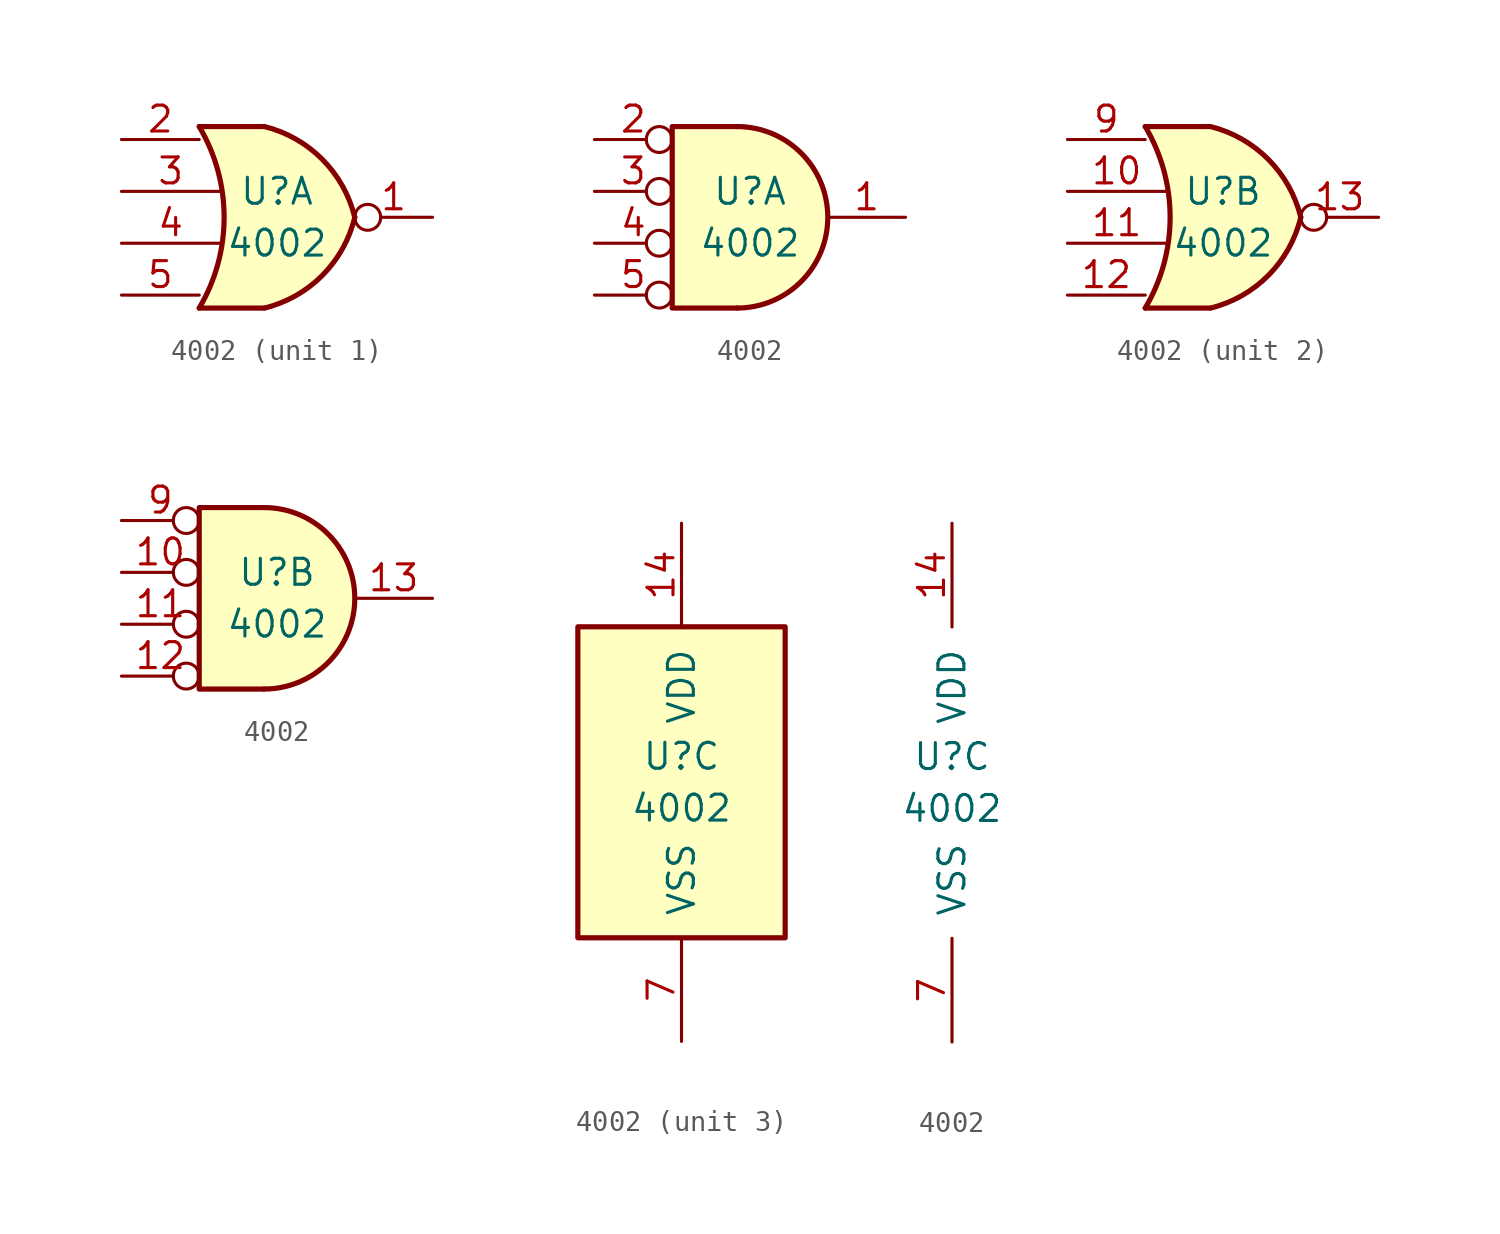
<source format=kicad_sym>
(kicad_symbol_lib
  (version 20211014)
  (generator kicad_symbol_editor)
  (symbol "4002"
    (pin_names
      (offset 1.016))
    (property "Reference" "U"
      (at 0 1.27 0)
      (effects (font (size 1.27 1.27))))
    (property "Value" "4002"
      (at 0 -1.27 0)
      (effects (font (size 1.27 1.27))))
    (property "ki_locked" ""
      (at 0 0 0)
      (effects (font (size 1.27 1.27))))
    (symbol "4002_1_1"
      (arc (start -3.81 -4.445) (mid -2.5908 0) (end -3.81 4.445) (stroke (width 0.254) (type default) (color 0 0 0 0)) (fill (type none)))
      (arc (start -0.6096 -4.445) (mid 2.224 -2.8428) (end 3.81 0) (stroke (width 0.254) (type default) (color 0 0 0 0)) (fill (type background)))
      (polyline (pts (xy -3.81 -4.445) (xy -0.635 -4.445)) (stroke (width 0.254) (type default) (color 0 0 0 0)) (fill (type background)))
      (polyline (pts (xy -3.81 4.445) (xy -0.635 4.445)) (stroke (width 0.254) (type default) (color 0 0 0 0)) (fill (type background)))
      (polyline (pts (xy -0.635 4.445) (xy -3.81 4.445) (xy -3.81 4.445) (xy -3.632 4.089) (xy -3.099 2.921) (xy -2.769 1.676) (xy -2.616 0.432) (xy -2.642 -0.864) (xy -2.87 -2.108) (xy -3.251 -3.327) (xy -3.81 -4.445) (xy -3.81 -4.445) (xy -0.635 -4.445)) (stroke (width -25.4) (type default) (color 0 0 0 0)) (fill (type background)))
      (arc (start 3.81 0) (mid 2.2198 2.8386) (end -0.6096 4.445) (stroke (width 0.254) (type default) (color 0 0 0 0)) (fill (type background)))
      (pin output inverted (at 7.62 0 180) (length 3.81) (name "~" (effects (font (size 1.27 1.27)))) (number "1" (effects (font (size 1.27 1.27)))))
      (pin input line (at -7.62 3.81 0) (length 3.81) (name "~" (effects (font (size 1.27 1.27)))) (number "2" (effects (font (size 1.27 1.27)))))
      (pin input line (at -7.62 1.27 0) (length 4.826) (name "~" (effects (font (size 1.27 1.27)))) (number "3" (effects (font (size 1.27 1.27)))))
      (pin input line (at -7.62 -1.27 0) (length 4.826) (name "~" (effects (font (size 1.27 1.27)))) (number "4" (effects (font (size 1.27 1.27)))))
      (pin input line (at -7.62 -3.81 0) (length 3.81) (name "~" (effects (font (size 1.27 1.27)))) (number "5" (effects (font (size 1.27 1.27))))))
    (symbol "4002_1_2"
      (arc (start -0.635 -4.445) (mid 3.81 0) (end -0.635 4.445) (stroke (width 0.254) (type default) (color 0 0 0 0)) (fill (type background)))
      (polyline (pts (xy -0.635 4.445) (xy -3.81 4.445) (xy -3.81 -4.445) (xy -0.635 -4.445)) (stroke (width 0.254) (type default) (color 0 0 0 0)) (fill (type background)))
      (pin output line (at 7.62 0 180) (length 3.81) (name "~" (effects (font (size 1.27 1.27)))) (number "1" (effects (font (size 1.27 1.27)))))
      (pin input inverted (at -7.62 3.81 0) (length 3.81) (name "~" (effects (font (size 1.27 1.27)))) (number "2" (effects (font (size 1.27 1.27)))))
      (pin input inverted (at -7.62 1.27 0) (length 3.81) (name "~" (effects (font (size 1.27 1.27)))) (number "3" (effects (font (size 1.27 1.27)))))
      (pin input inverted (at -7.62 -1.27 0) (length 3.81) (name "~" (effects (font (size 1.27 1.27)))) (number "4" (effects (font (size 1.27 1.27)))))
      (pin input inverted (at -7.62 -3.81 0) (length 3.81) (name "~" (effects (font (size 1.27 1.27)))) (number "5" (effects (font (size 1.27 1.27))))))
    (symbol "4002_2_1"
      (arc (start -3.81 -4.445) (mid -2.5908 0) (end -3.81 4.445) (stroke (width 0.254) (type default) (color 0 0 0 0)) (fill (type none)))
      (arc (start -0.6096 -4.445) (mid 2.224 -2.8428) (end 3.81 0) (stroke (width 0.254) (type default) (color 0 0 0 0)) (fill (type background)))
      (polyline (pts (xy -3.81 -4.445) (xy -0.635 -4.445)) (stroke (width 0.254) (type default) (color 0 0 0 0)) (fill (type background)))
      (polyline (pts (xy -3.81 4.445) (xy -0.635 4.445)) (stroke (width 0.254) (type default) (color 0 0 0 0)) (fill (type background)))
      (polyline (pts (xy -0.635 4.445) (xy -3.81 4.445) (xy -3.81 4.445) (xy -3.632 4.089) (xy -3.099 2.921) (xy -2.769 1.676) (xy -2.616 0.432) (xy -2.642 -0.864) (xy -2.87 -2.108) (xy -3.251 -3.327) (xy -3.81 -4.445) (xy -3.81 -4.445) (xy -0.635 -4.445)) (stroke (width -25.4) (type default) (color 0 0 0 0)) (fill (type background)))
      (arc (start 3.81 0) (mid 2.2198 2.8386) (end -0.6096 4.445) (stroke (width 0.254) (type default) (color 0 0 0 0)) (fill (type background)))
      (pin input line (at -7.62 1.27 0) (length 4.826) (name "~" (effects (font (size 1.27 1.27)))) (number "10" (effects (font (size 1.27 1.27)))))
      (pin input line (at -7.62 -1.27 0) (length 4.826) (name "~" (effects (font (size 1.27 1.27)))) (number "11" (effects (font (size 1.27 1.27)))))
      (pin input line (at -7.62 -3.81 0) (length 3.81) (name "~" (effects (font (size 1.27 1.27)))) (number "12" (effects (font (size 1.27 1.27)))))
      (pin output inverted (at 7.62 0 180) (length 3.81) (name "~" (effects (font (size 1.27 1.27)))) (number "13" (effects (font (size 1.27 1.27)))))
      (pin input line (at -7.62 3.81 0) (length 3.81) (name "~" (effects (font (size 1.27 1.27)))) (number "9" (effects (font (size 1.27 1.27))))))
    (symbol "4002_2_2"
      (arc (start -0.635 -4.445) (mid 3.81 0) (end -0.635 4.445) (stroke (width 0.254) (type default) (color 0 0 0 0)) (fill (type background)))
      (polyline (pts (xy -0.635 4.445) (xy -3.81 4.445) (xy -3.81 -4.445) (xy -0.635 -4.445)) (stroke (width 0.254) (type default) (color 0 0 0 0)) (fill (type background)))
      (pin input inverted (at -7.62 1.27 0) (length 3.81) (name "~" (effects (font (size 1.27 1.27)))) (number "10" (effects (font (size 1.27 1.27)))))
      (pin input inverted (at -7.62 -1.27 0) (length 3.81) (name "~" (effects (font (size 1.27 1.27)))) (number "11" (effects (font (size 1.27 1.27)))))
      (pin input inverted (at -7.62 -3.81 0) (length 3.81) (name "~" (effects (font (size 1.27 1.27)))) (number "12" (effects (font (size 1.27 1.27)))))
      (pin output line (at 7.62 0 180) (length 3.81) (name "~" (effects (font (size 1.27 1.27)))) (number "13" (effects (font (size 1.27 1.27)))))
      (pin input inverted (at -7.62 3.81 0) (length 3.81) (name "~" (effects (font (size 1.27 1.27)))) (number "9" (effects (font (size 1.27 1.27))))))
    (symbol "4002_3_0"
      (pin power_in line (at 0 12.7 270) (length 5.08) (name "VDD" (effects (font (size 1.27 1.27)))) (number "14" (effects (font (size 1.27 1.27)))))
      (pin power_in line (at 0 -12.7 90) (length 5.08) (name "VSS" (effects (font (size 1.27 1.27)))) (number "7" (effects (font (size 1.27 1.27))))))
    (symbol "4002_3_1"
      (rectangle (start -5.08 7.62) (end 5.08 -7.62) (stroke (width 0.254) (type default) (color 0 0 0 0)) (fill (type background))))))
</source>
